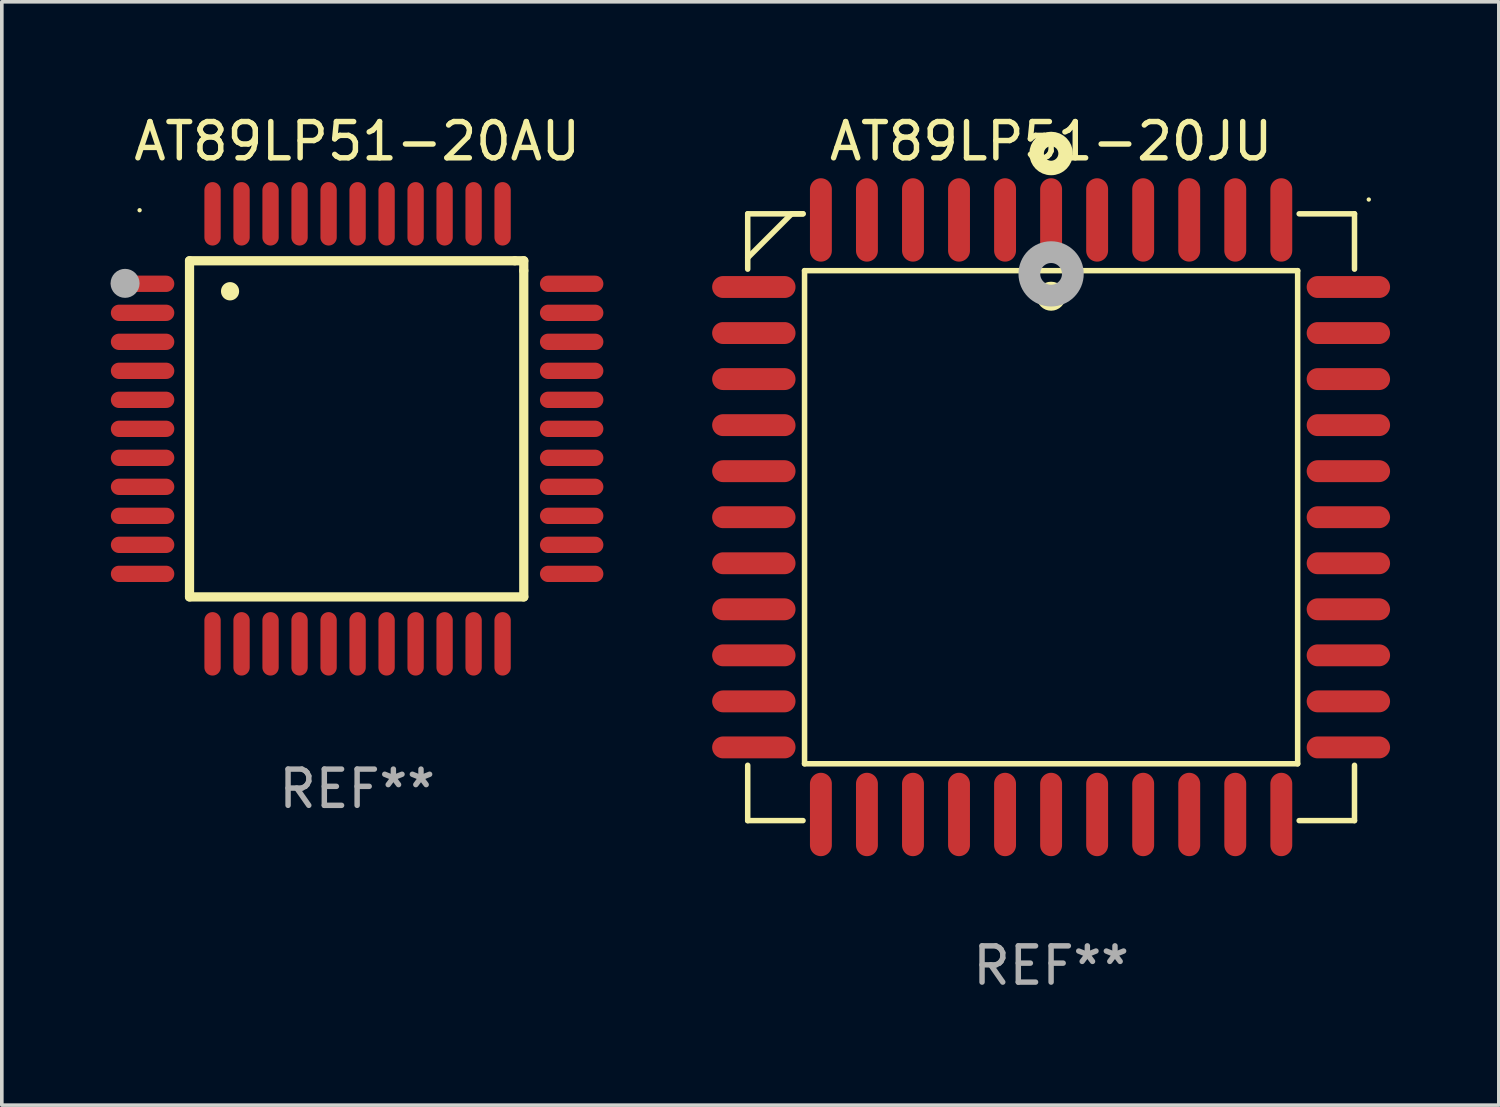
<source format=kicad_pcb>
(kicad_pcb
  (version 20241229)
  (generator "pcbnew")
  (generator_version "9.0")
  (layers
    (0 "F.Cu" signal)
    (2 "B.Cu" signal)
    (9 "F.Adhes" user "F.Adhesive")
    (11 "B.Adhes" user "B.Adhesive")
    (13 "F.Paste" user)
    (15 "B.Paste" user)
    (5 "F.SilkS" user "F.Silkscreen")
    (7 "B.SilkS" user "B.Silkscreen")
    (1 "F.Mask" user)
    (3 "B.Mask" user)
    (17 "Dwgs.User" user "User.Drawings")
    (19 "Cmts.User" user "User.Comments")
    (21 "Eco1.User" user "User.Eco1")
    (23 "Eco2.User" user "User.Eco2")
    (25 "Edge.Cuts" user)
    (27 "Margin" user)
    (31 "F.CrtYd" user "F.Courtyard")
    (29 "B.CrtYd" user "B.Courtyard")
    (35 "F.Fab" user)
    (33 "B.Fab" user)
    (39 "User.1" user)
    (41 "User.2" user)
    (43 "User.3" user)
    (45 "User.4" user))
  (footprint "AT89LP51-20JU"
    (layer "F.Cu")
    (at 25.944 11.217)
    (property "Reference" "AT89LP51-20JU" (at 0 -10.369 0) (layer "F.SilkS") (effects (font (size 1 1) (thickness 0.15))))
    (attr through_hole)
    (fp_line (start -8.369 -8.369) (end -8.369 -6.843) (stroke (width 0.152) (type solid)) (layer "F.SilkS"))
    (fp_line (start -8.369 8.369) (end -8.369 6.843) (stroke (width 0.152) (type solid)) (layer "F.SilkS"))
    (fp_line (start -7.156 -8.369) (end -8.369 -7.156) (stroke (width 0.152) (type solid)) (layer "F.SilkS"))
    (fp_line (start -6.843 -8.369) (end -8.369 -8.369) (stroke (width 0.152) (type solid)) (layer "F.SilkS"))
    (fp_line (start -6.843 -8.369) (end -7.156 -8.369) (stroke (width 0.152) (type solid)) (layer "F.SilkS"))
    (fp_line (start -6.843 8.369) (end -8.369 8.369) (stroke (width 0.152) (type solid)) (layer "F.SilkS"))
    (fp_line (start -6.801 -6.801) (end 6.801 -6.801) (stroke (width 0.152) (type solid)) (layer "F.SilkS"))
    (fp_line (start -6.801 6.801) (end -6.801 -6.801) (stroke (width 0.152) (type solid)) (layer "F.SilkS"))
    (fp_line (start 6.801 -6.801) (end 6.801 6.801) (stroke (width 0.152) (type solid)) (layer "F.SilkS"))
    (fp_line (start 6.801 6.801) (end -6.801 6.801) (stroke (width 0.152) (type solid)) (layer "F.SilkS"))
    (fp_line (start 6.843 -8.369) (end 8.369 -8.369) (stroke (width 0.152) (type solid)) (layer "F.SilkS"))
    (fp_line (start 6.843 8.369) (end 8.369 8.369) (stroke (width 0.152) (type solid)) (layer "F.SilkS"))
    (fp_line (start 8.369 -8.369) (end 8.369 -6.843) (stroke (width 0.152) (type solid)) (layer "F.SilkS"))
    (fp_line (start 8.369 8.369) (end 8.369 6.843) (stroke (width 0.152) (type solid)) (layer "F.SilkS"))
    (fp_circle (center -0.000013 -6.096) (end 0.2 -6.096) (stroke (width 0.4) (type solid)) (fill no) (layer "F.SilkS"))
    (fp_circle (center 0.000114 -10.033) (end 0.2 -10.033) (stroke (width 0.4) (type solid)) (fill no) (layer "F.SilkS"))
    (fp_circle (center 8.763 -8.763) (end 8.793 -8.763) (stroke (width 0.06) (type solid)) (fill no) (layer "F.SilkS"))
    (fp_circle (center 0.000114 -6.712) (end 0.3 -6.712) (stroke (width 0.6) (type solid)) (fill no) (layer "F.Fab"))
    (fp_text user "REF**" (at 0 12.369 0) (layer "F.Fab") (effects (font (size 1 1) (thickness 0.15))))
    (pad "1" smd oval (at 0.000114 -8.2) (size 0.604 2.3) (layers "F.Cu" "F.Mask" "F.Paste"))
    (pad "2" smd oval (at -1.27 -8.2) (size 0.604 2.3) (layers "F.Cu" "F.Mask" "F.Paste"))
    (pad "3" smd oval (at -2.54 -8.2) (size 0.604 2.3) (layers "F.Cu" "F.Mask" "F.Paste"))
    (pad "4" smd oval (at -3.81 -8.2) (size 0.604 2.3) (layers "F.Cu" "F.Mask" "F.Paste"))
    (pad "5" smd oval (at -5.08 -8.2) (size 0.604 2.3) (layers "F.Cu" "F.Mask" "F.Paste"))
    (pad "6" smd oval (at -6.35 -8.2) (size 0.604 2.3) (layers "F.Cu" "F.Mask" "F.Paste"))
    (pad "7" smd oval (at -8.2 -6.35) (size 2.3 0.604) (layers "F.Cu" "F.Mask" "F.Paste"))
    (pad "8" smd oval (at -8.2 -5.08) (size 2.3 0.604) (layers "F.Cu" "F.Mask" "F.Paste"))
    (pad "9" smd oval (at -8.2 -3.81) (size 2.3 0.604) (layers "F.Cu" "F.Mask" "F.Paste"))
    (pad "10" smd oval (at -8.2 -2.54) (size 2.3 0.604) (layers "F.Cu" "F.Mask" "F.Paste"))
    (pad "11" smd oval (at -8.2 -1.27) (size 2.3 0.604) (layers "F.Cu" "F.Mask" "F.Paste"))
    (pad "12" smd oval (at -8.2 0.000127) (size 2.3 0.604) (layers "F.Cu" "F.Mask" "F.Paste"))
    (pad "13" smd oval (at -8.2 1.27) (size 2.3 0.604) (layers "F.Cu" "F.Mask" "F.Paste"))
    (pad "14" smd oval (at -8.2 2.54) (size 2.3 0.604) (layers "F.Cu" "F.Mask" "F.Paste"))
    (pad "15" smd oval (at -8.2 3.81) (size 2.3 0.604) (layers "F.Cu" "F.Mask" "F.Paste"))
    (pad "16" smd oval (at -8.2 5.08) (size 2.3 0.604) (layers "F.Cu" "F.Mask" "F.Paste"))
    (pad "17" smd oval (at -8.2 6.35) (size 2.3 0.604) (layers "F.Cu" "F.Mask" "F.Paste"))
    (pad "18" smd oval (at -6.35 8.2) (size 0.604 2.3) (layers "F.Cu" "F.Mask" "F.Paste"))
    (pad "19" smd oval (at -5.08 8.2) (size 0.604 2.3) (layers "F.Cu" "F.Mask" "F.Paste"))
    (pad "20" smd oval (at -3.81 8.2) (size 0.604 2.3) (layers "F.Cu" "F.Mask" "F.Paste"))
    (pad "21" smd oval (at -2.54 8.2) (size 0.604 2.3) (layers "F.Cu" "F.Mask" "F.Paste"))
    (pad "22" smd oval (at -1.27 8.2) (size 0.604 2.3) (layers "F.Cu" "F.Mask" "F.Paste"))
    (pad "23" smd oval (at 0.000114 8.2) (size 0.604 2.3) (layers "F.Cu" "F.Mask" "F.Paste"))
    (pad "24" smd oval (at 1.27 8.2) (size 0.604 2.3) (layers "F.Cu" "F.Mask" "F.Paste"))
    (pad "25" smd oval (at 2.54 8.2) (size 0.604 2.3) (layers "F.Cu" "F.Mask" "F.Paste"))
    (pad "26" smd oval (at 3.81 8.2) (size 0.604 2.3) (layers "F.Cu" "F.Mask" "F.Paste"))
    (pad "27" smd oval (at 5.08 8.2) (size 0.604 2.3) (layers "F.Cu" "F.Mask" "F.Paste"))
    (pad "28" smd oval (at 6.35 8.2) (size 0.604 2.3) (layers "F.Cu" "F.Mask" "F.Paste"))
    (pad "29" smd oval (at 8.2 6.35) (size 2.3 0.604) (layers "F.Cu" "F.Mask" "F.Paste"))
    (pad "30" smd oval (at 8.2 5.08) (size 2.3 0.604) (layers "F.Cu" "F.Mask" "F.Paste"))
    (pad "31" smd oval (at 8.2 3.81) (size 2.3 0.604) (layers "F.Cu" "F.Mask" "F.Paste"))
    (pad "32" smd oval (at 8.2 2.54) (size 2.3 0.604) (layers "F.Cu" "F.Mask" "F.Paste"))
    (pad "33" smd oval (at 8.2 1.27) (size 2.3 0.604) (layers "F.Cu" "F.Mask" "F.Paste"))
    (pad "34" smd oval (at 8.2 0.000127) (size 2.3 0.604) (layers "F.Cu" "F.Mask" "F.Paste"))
    (pad "35" smd oval (at 8.2 -1.27) (size 2.3 0.604) (layers "F.Cu" "F.Mask" "F.Paste"))
    (pad "36" smd oval (at 8.2 -2.54) (size 2.3 0.604) (layers "F.Cu" "F.Mask" "F.Paste"))
    (pad "37" smd oval (at 8.2 -3.81) (size 2.3 0.604) (layers "F.Cu" "F.Mask" "F.Paste"))
    (pad "38" smd oval (at 8.2 -5.08) (size 2.3 0.604) (layers "F.Cu" "F.Mask" "F.Paste"))
    (pad "39" smd oval (at 8.2 -6.35) (size 2.3 0.604) (layers "F.Cu" "F.Mask" "F.Paste"))
    (pad "40" smd oval (at 6.35 -8.2) (size 0.604 2.3) (layers "F.Cu" "F.Mask" "F.Paste"))
    (pad "41" smd oval (at 5.08 -8.2) (size 0.604 2.3) (layers "F.Cu" "F.Mask" "F.Paste"))
    (pad "42" smd oval (at 3.81 -8.2) (size 0.604 2.3) (layers "F.Cu" "F.Mask" "F.Paste"))
    (pad "43" smd oval (at 2.54 -8.2) (size 0.604 2.3) (layers "F.Cu" "F.Mask" "F.Paste"))
    (pad "44" smd oval (at 1.27 -8.2) (size 0.604 2.3) (layers "F.Cu" "F.Mask" "F.Paste")))
  (footprint "AT89LP51-20AU"
    (layer "F.Cu")
    (at 6.801 8.779)
    (property "Reference" "AT89LP51-20AU" (at 0 -7.931 0) (layer "F.SilkS") (effects (font (size 1 1) (thickness 0.15))))
    (attr through_hole)
    (fp_line (start -4.623 -4.636) (end 4.35 -4.636) (stroke (width 0.254) (type solid)) (layer "F.SilkS"))
    (fp_line (start -4.623 4.636) (end -4.623 -4.636) (stroke (width 0.254) (type solid)) (layer "F.SilkS"))
    (fp_line (start 4.35 -4.636) (end 4.597 -4.636) (stroke (width 0.254) (type solid)) (layer "F.SilkS"))
    (fp_line (start 4.597 -4.636) (end 4.597 -4.363) (stroke (width 0.254) (type solid)) (layer "F.SilkS"))
    (fp_line (start 4.597 -4.363) (end 4.597 4.636) (stroke (width 0.254) (type solid)) (layer "F.SilkS"))
    (fp_line (start 4.597 4.636) (end -4.623 4.636) (stroke (width 0.254) (type solid)) (layer "F.SilkS"))
    (fp_arc (start -3.505207 -3.792228) (mid -3.50522 -3.794768) (end -3.505207 -3.797308) (stroke (width 0.5) (type solid)) (layer "F.SilkS"))
    (fp_circle (center -6 -6.03) (end -5.97 -6.03) (stroke (width 0.06) (type solid)) (fill no) (layer "F.SilkS"))
    (fp_circle (center -6.401 -4.013) (end -6.201 -4.013) (stroke (width 0.4) (type solid)) (fill no) (layer "F.Fab"))
    (fp_text user "REF**" (at 0 9.931 0) (layer "F.Fab") (effects (font (size 1 1) (thickness 0.15))))
    (pad "1" smd oval (at -5.918 -4.001 90) (size 0.45 1.75) (layers "F.Cu" "F.Mask" "F.Paste"))
    (pad "2" smd oval (at -5.918 -3.2 90) (size 0.45 1.75) (layers "F.Cu" "F.Mask" "F.Paste"))
    (pad "3" smd oval (at -5.918 -2.4 90) (size 0.45 1.75) (layers "F.Cu" "F.Mask" "F.Paste"))
    (pad "4" smd oval (at -5.918 -1.6 90) (size 0.45 1.75) (layers "F.Cu" "F.Mask" "F.Paste"))
    (pad "5" smd oval (at -5.918 -0.8 90) (size 0.45 1.75) (layers "F.Cu" "F.Mask" "F.Paste"))
    (pad "6" smd oval (at -5.918 0 90) (size 0.45 1.75) (layers "F.Cu" "F.Mask" "F.Paste"))
    (pad "7" smd oval (at -5.918 0.8 90) (size 0.45 1.75) (layers "F.Cu" "F.Mask" "F.Paste"))
    (pad "8" smd oval (at -5.918 1.6 90) (size 0.45 1.75) (layers "F.Cu" "F.Mask" "F.Paste"))
    (pad "9" smd oval (at -5.918 2.4 90) (size 0.45 1.75) (layers "F.Cu" "F.Mask" "F.Paste"))
    (pad "10" smd oval (at -5.918 3.2 90) (size 0.45 1.75) (layers "F.Cu" "F.Mask" "F.Paste"))
    (pad "11" smd oval (at -5.918 4.001 90) (size 0.45 1.75) (layers "F.Cu" "F.Mask" "F.Paste"))
    (pad "12" smd oval (at -3.988 5.931) (size 0.45 1.75) (layers "F.Cu" "F.Mask" "F.Paste"))
    (pad "13" smd oval (at -3.188 5.931) (size 0.45 1.75) (layers "F.Cu" "F.Mask" "F.Paste"))
    (pad "14" smd oval (at -2.388 5.931) (size 0.45 1.75) (layers "F.Cu" "F.Mask" "F.Paste"))
    (pad "15" smd oval (at -1.588 5.931) (size 0.45 1.75) (layers "F.Cu" "F.Mask" "F.Paste"))
    (pad "16" smd oval (at -0.787 5.931) (size 0.45 1.75) (layers "F.Cu" "F.Mask" "F.Paste"))
    (pad "17" smd oval (at 0.013 5.931) (size 0.45 1.75) (layers "F.Cu" "F.Mask" "F.Paste"))
    (pad "18" smd oval (at 0.813 5.931) (size 0.45 1.75) (layers "F.Cu" "F.Mask" "F.Paste"))
    (pad "19" smd oval (at 1.613 5.931) (size 0.45 1.75) (layers "F.Cu" "F.Mask" "F.Paste"))
    (pad "20" smd oval (at 2.413 5.931) (size 0.45 1.75) (layers "F.Cu" "F.Mask" "F.Paste"))
    (pad "21" smd oval (at 3.213 5.931) (size 0.45 1.75) (layers "F.Cu" "F.Mask" "F.Paste"))
    (pad "22" smd oval (at 4.013 5.931) (size 0.45 1.75) (layers "F.Cu" "F.Mask" "F.Paste"))
    (pad "23" smd oval (at 5.918 4.001 90) (size 0.45 1.75) (layers "F.Cu" "F.Mask" "F.Paste"))
    (pad "24" smd oval (at 5.918 3.2 90) (size 0.45 1.75) (layers "F.Cu" "F.Mask" "F.Paste"))
    (pad "25" smd oval (at 5.918 2.4 90) (size 0.45 1.75) (layers "F.Cu" "F.Mask" "F.Paste"))
    (pad "26" smd oval (at 5.918 1.6 90) (size 0.45 1.75) (layers "F.Cu" "F.Mask" "F.Paste"))
    (pad "27" smd oval (at 5.918 0.8 90) (size 0.45 1.75) (layers "F.Cu" "F.Mask" "F.Paste"))
    (pad "28" smd oval (at 5.918 0 90) (size 0.45 1.75) (layers "F.Cu" "F.Mask" "F.Paste"))
    (pad "29" smd oval (at 5.918 -0.8 90) (size 0.45 1.75) (layers "F.Cu" "F.Mask" "F.Paste"))
    (pad "30" smd oval (at 5.918 -1.6 90) (size 0.45 1.75) (layers "F.Cu" "F.Mask" "F.Paste"))
    (pad "31" smd oval (at 5.918 -2.4 90) (size 0.45 1.75) (layers "F.Cu" "F.Mask" "F.Paste"))
    (pad "32" smd oval (at 5.918 -3.2 90) (size 0.45 1.75) (layers "F.Cu" "F.Mask" "F.Paste"))
    (pad "33" smd oval (at 5.918 -4.001 90) (size 0.45 1.75) (layers "F.Cu" "F.Mask" "F.Paste"))
    (pad "34" smd oval (at 4.013 -5.931) (size 0.45 1.75) (layers "F.Cu" "F.Mask" "F.Paste"))
    (pad "35" smd oval (at 3.213 -5.931) (size 0.45 1.75) (layers "F.Cu" "F.Mask" "F.Paste"))
    (pad "36" smd oval (at 2.413 -5.931) (size 0.45 1.75) (layers "F.Cu" "F.Mask" "F.Paste"))
    (pad "37" smd oval (at 1.613 -5.931) (size 0.45 1.75) (layers "F.Cu" "F.Mask" "F.Paste"))
    (pad "38" smd oval (at 0.813 -5.931) (size 0.45 1.75) (layers "F.Cu" "F.Mask" "F.Paste"))
    (pad "39" smd oval (at 0.013 -5.931) (size 0.45 1.75) (layers "F.Cu" "F.Mask" "F.Paste"))
    (pad "40" smd oval (at -0.787 -5.931) (size 0.45 1.75) (layers "F.Cu" "F.Mask" "F.Paste"))
    (pad "41" smd oval (at -1.588 -5.931) (size 0.45 1.75) (layers "F.Cu" "F.Mask" "F.Paste"))
    (pad "42" smd oval (at -2.388 -5.931) (size 0.45 1.75) (layers "F.Cu" "F.Mask" "F.Paste"))
    (pad "43" smd oval (at -3.188 -5.931) (size 0.45 1.75) (layers "F.Cu" "F.Mask" "F.Paste"))
    (pad "44" smd oval (at -3.988 -5.931) (size 0.45 1.75) (layers "F.Cu" "F.Mask" "F.Paste")))
  (gr_rect
    (start -3 -3)
    (end 38.294 27.435)
    (stroke (width 0.1) (type default))
    (fill no)
    (layer "Edge.Cuts")))
</source>
